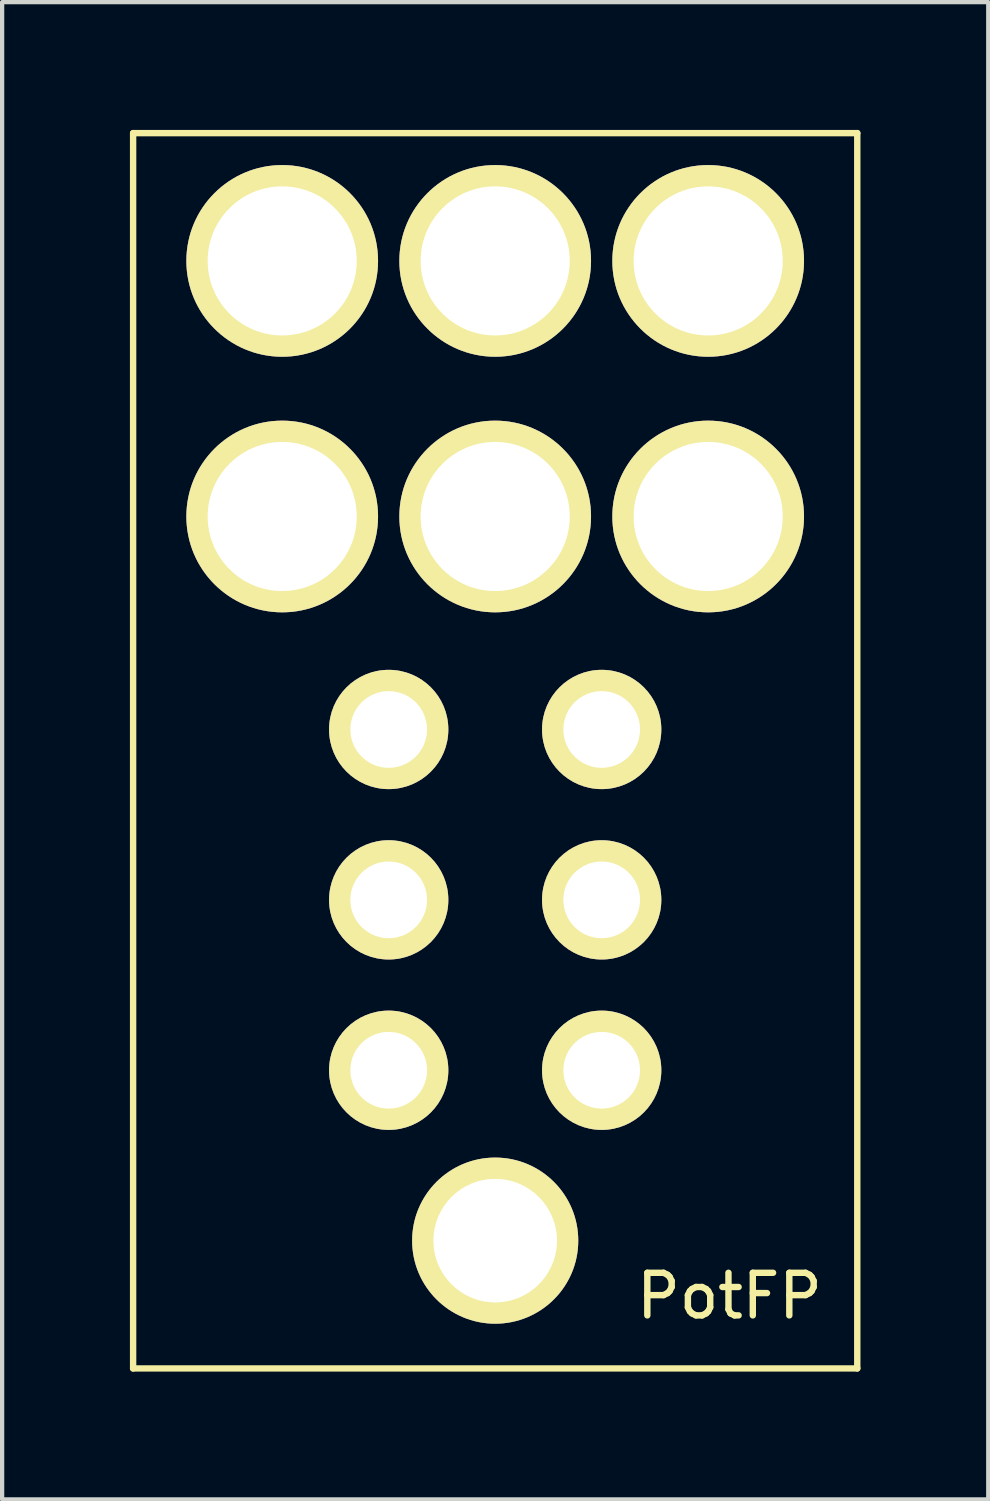
<source format=kicad_pcb>
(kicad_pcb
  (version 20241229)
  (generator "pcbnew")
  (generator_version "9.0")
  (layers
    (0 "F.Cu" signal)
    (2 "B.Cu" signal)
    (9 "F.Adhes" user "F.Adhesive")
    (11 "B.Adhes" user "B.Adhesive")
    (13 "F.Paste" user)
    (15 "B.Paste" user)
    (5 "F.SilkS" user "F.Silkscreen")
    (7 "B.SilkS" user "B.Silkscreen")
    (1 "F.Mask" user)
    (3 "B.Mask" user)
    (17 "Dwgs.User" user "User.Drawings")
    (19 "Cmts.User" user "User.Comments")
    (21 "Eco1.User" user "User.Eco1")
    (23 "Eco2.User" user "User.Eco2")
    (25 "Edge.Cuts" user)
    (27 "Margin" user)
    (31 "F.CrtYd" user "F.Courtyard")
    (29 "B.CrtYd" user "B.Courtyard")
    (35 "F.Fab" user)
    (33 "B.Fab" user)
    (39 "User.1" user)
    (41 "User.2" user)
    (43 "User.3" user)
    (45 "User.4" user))
  (footprint "PotFP"
    (layer "F.Cu")
    (at 6.075 22.075)
    (property "Reference" "PotFP" (at 8 5.3 0) (layer "F.SilkS") (effects (font (size 1 1) (thickness 0.15))))
    (attr through_hole)
    (fp_line (start -6 -22) (end 11 -22) (stroke (width 0.15) (type solid)) (layer "F.SilkS"))
    (fp_line (start -6 7) (end -6 -22) (stroke (width 0.15) (type solid)) (layer "F.SilkS"))
    (fp_line (start 11 -22) (end 11 7) (stroke (width 0.15) (type solid)) (layer "F.SilkS"))
    (fp_line (start 11 7) (end -6 7) (stroke (width 0.15) (type solid)) (layer "F.SilkS"))
    (pad "1" thru_hole circle (at -2.5 -19) (size 4.5 4.5) (drill 3.5) (layers "*.Cu" "*.Mask" "F.SilkS"))
    (pad "2" thru_hole circle (at 2.5 -19) (size 4.5 4.5) (drill 3.5) (layers "*.Cu" "*.Mask" "F.SilkS"))
    (pad "3" thru_hole circle (at 7.5 -19) (size 4.5 4.5) (drill 3.5) (layers "*.Cu" "*.Mask" "F.SilkS"))
    (pad "4" thru_hole circle (at -2.5 -13) (size 4.5 4.5) (drill 3.5) (layers "*.Cu" "*.Mask" "F.SilkS"))
    (pad "5" thru_hole circle (at 2.5 -13) (size 4.5 4.5) (drill 3.5) (layers "*.Cu" "*.Mask" "F.SilkS"))
    (pad "6" thru_hole circle (at 7.5 -13) (size 4.5 4.5) (drill 3.5) (layers "*.Cu" "*.Mask" "F.SilkS"))
    (pad "7" thru_hole circle (at 0 -8) (size 2.8 2.8) (drill 1.8) (layers "*.Cu" "*.Mask" "F.SilkS"))
    (pad "8" thru_hole circle (at 0 -4) (size 2.8 2.8) (drill 1.8) (layers "*.Cu" "*.Mask" "F.SilkS"))
    (pad "9" thru_hole circle (at 0 0) (size 2.8 2.8) (drill 1.8) (layers "*.Cu" "*.Mask" "F.SilkS"))
    (pad "10" thru_hole circle (at 5 -8) (size 2.8 2.8) (drill 1.8) (layers "*.Cu" "*.Mask" "F.SilkS"))
    (pad "11" thru_hole circle (at 5 -4) (size 2.8 2.8) (drill 1.8) (layers "*.Cu" "*.Mask" "F.SilkS"))
    (pad "12" thru_hole circle (at 5 0) (size 2.8 2.8) (drill 1.8) (layers "*.Cu" "*.Mask" "F.SilkS"))
    (pad "13" thru_hole circle (at 2.5 4) (size 3.9 3.9) (drill 2.9) (layers "*.Cu" "*.Mask" "F.SilkS")))
  (gr_rect
    (start -3 -3)
    (end 20.15 32.15)
    (stroke (width 0.1) (type default))
    (fill no)
    (layer "Edge.Cuts")))
</source>
